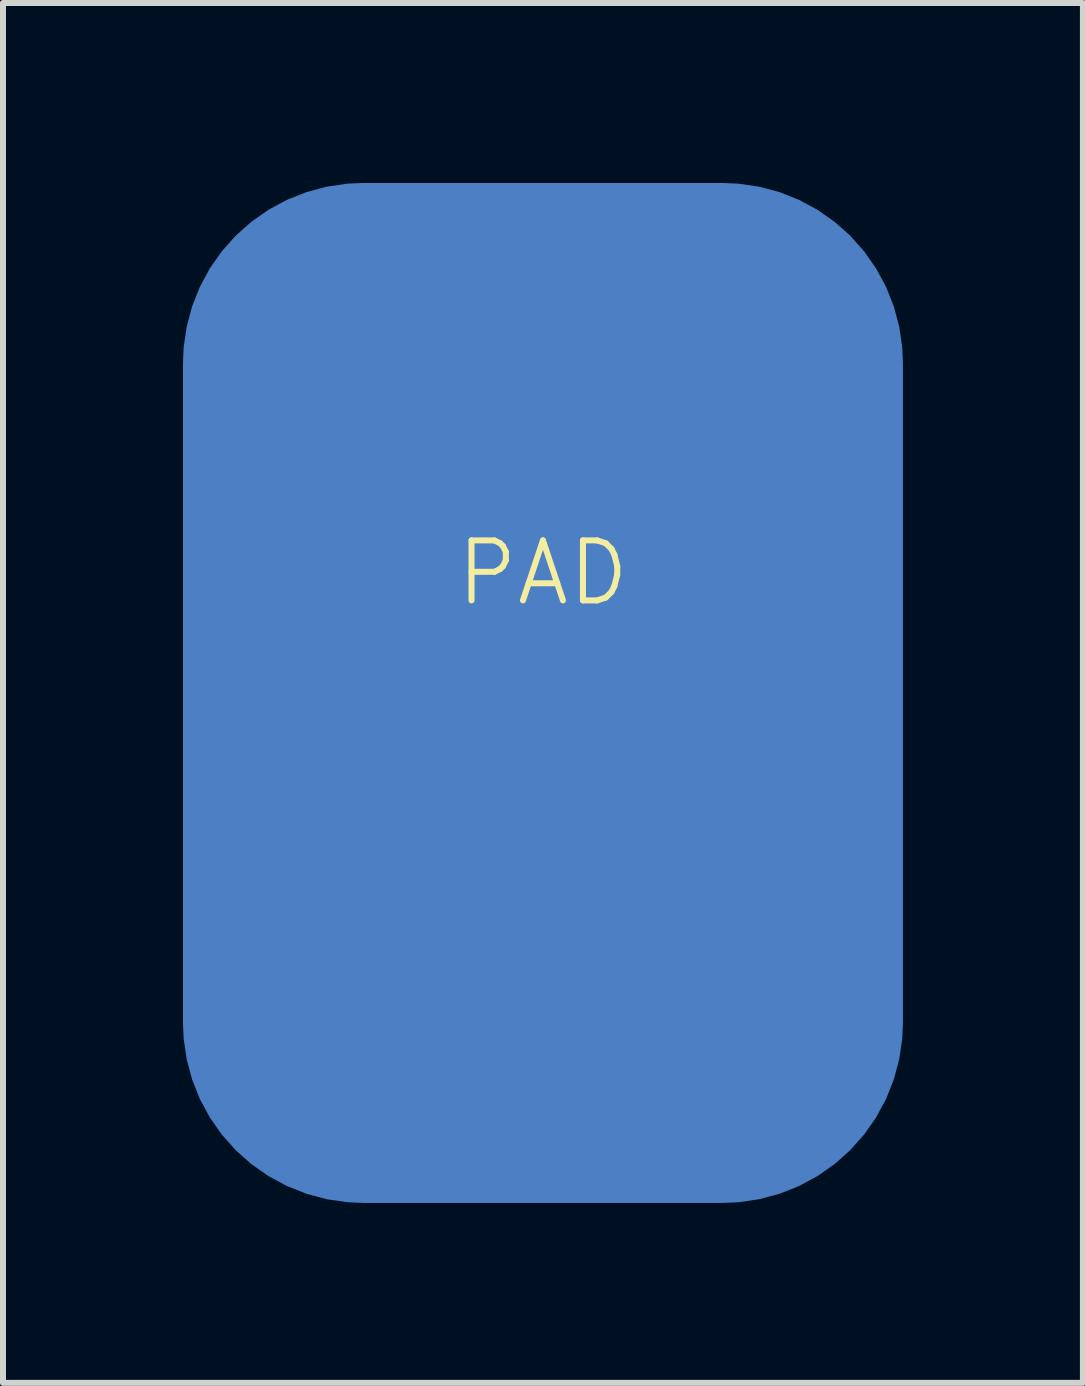
<source format=kicad_pcb>
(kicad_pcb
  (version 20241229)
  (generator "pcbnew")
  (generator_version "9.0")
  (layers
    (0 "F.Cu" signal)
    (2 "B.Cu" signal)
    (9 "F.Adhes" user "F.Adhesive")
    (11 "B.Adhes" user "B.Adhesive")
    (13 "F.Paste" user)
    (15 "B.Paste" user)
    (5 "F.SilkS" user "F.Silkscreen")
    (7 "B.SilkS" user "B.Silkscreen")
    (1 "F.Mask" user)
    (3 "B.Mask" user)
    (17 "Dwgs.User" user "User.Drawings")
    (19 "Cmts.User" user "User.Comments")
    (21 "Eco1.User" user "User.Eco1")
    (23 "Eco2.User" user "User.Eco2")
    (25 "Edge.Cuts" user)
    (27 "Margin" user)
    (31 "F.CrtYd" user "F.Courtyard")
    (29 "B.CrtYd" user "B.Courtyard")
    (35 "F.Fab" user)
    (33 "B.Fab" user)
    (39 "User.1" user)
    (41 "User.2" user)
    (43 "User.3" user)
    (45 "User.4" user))
  (footprint "PAD"
    (layer "F.Cu")
    (at 6 8.5)
    (property "Reference" "PAD" (at 0 -2 0) (unlocked yes) (layer "F.SilkS") (effects (font (size 1 1) (thickness 0.1))))
    (attr smd)
    (pad "1" smd roundrect (at 0 0) (size 12 17) (layers "F.Mask" "B.Cu" "F.Paste") (roundrect_rratio 0.25)))
  (gr_rect
    (start -3 -3)
    (end 15 20)
    (stroke (width 0.1) (type default))
    (fill no)
    (layer "Edge.Cuts")))
</source>
